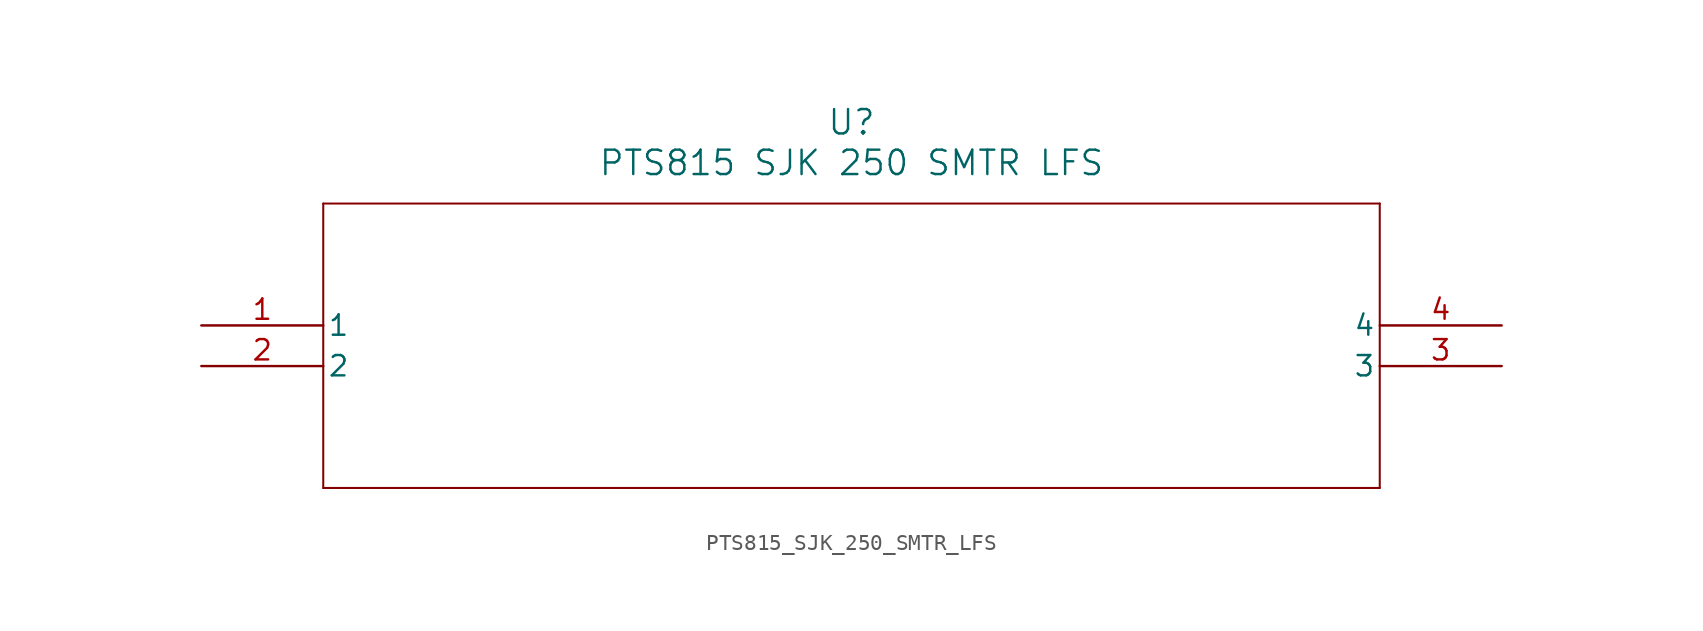
<source format=kicad_sym>
(kicad_symbol_lib
  (version 20211014)
  (generator kicad_symbol_editor)
  (symbol "PTS815_SJK_250_SMTR_LFS"
    (pin_names
      (offset 0.254))
    (property "Reference" "U"
      (at 40.64 12.7 0)
      (effects (font (size 1.524 1.524))))
    (property "Value" "PTS815 SJK 250 SMTR LFS"
      (at 40.64 10.16 0)
      (effects (font (size 1.524 1.524))))
    (symbol "PTS815_SJK_250_SMTR_LFS_0_1"
      (polyline (pts (xy 7.62 7.62) (xy 7.62 -10.16)) (stroke (width 0.127) (type default) (color 0 0 0 0)) (fill (type none)))
      (polyline (pts (xy 7.62 -10.16) (xy 73.66 -10.16)) (stroke (width 0.127) (type default) (color 0 0 0 0)) (fill (type none)))
      (polyline (pts (xy 73.66 -10.16) (xy 73.66 7.62)) (stroke (width 0.127) (type default) (color 0 0 0 0)) (fill (type none)))
      (polyline (pts (xy 73.66 7.62) (xy 7.62 7.62)) (stroke (width 0.127) (type default) (color 0 0 0 0)) (fill (type none)))
      (pin unspecified line (at 0 0 0) (length 7.62) (name "1" (effects (font (size 1.27 1.27)))) (number "1" (effects (font (size 1.27 1.27)))))
      (pin unspecified line (at 0 -2.54 0) (length 7.62) (name "2" (effects (font (size 1.27 1.27)))) (number "2" (effects (font (size 1.27 1.27)))))
      (pin unspecified line (at 81.28 -2.54 180) (length 7.62) (name "3" (effects (font (size 1.27 1.27)))) (number "3" (effects (font (size 1.27 1.27)))))
      (pin unspecified line (at 81.28 0 180) (length 7.62) (name "4" (effects (font (size 1.27 1.27)))) (number "4" (effects (font (size 1.27 1.27))))))))
</source>
